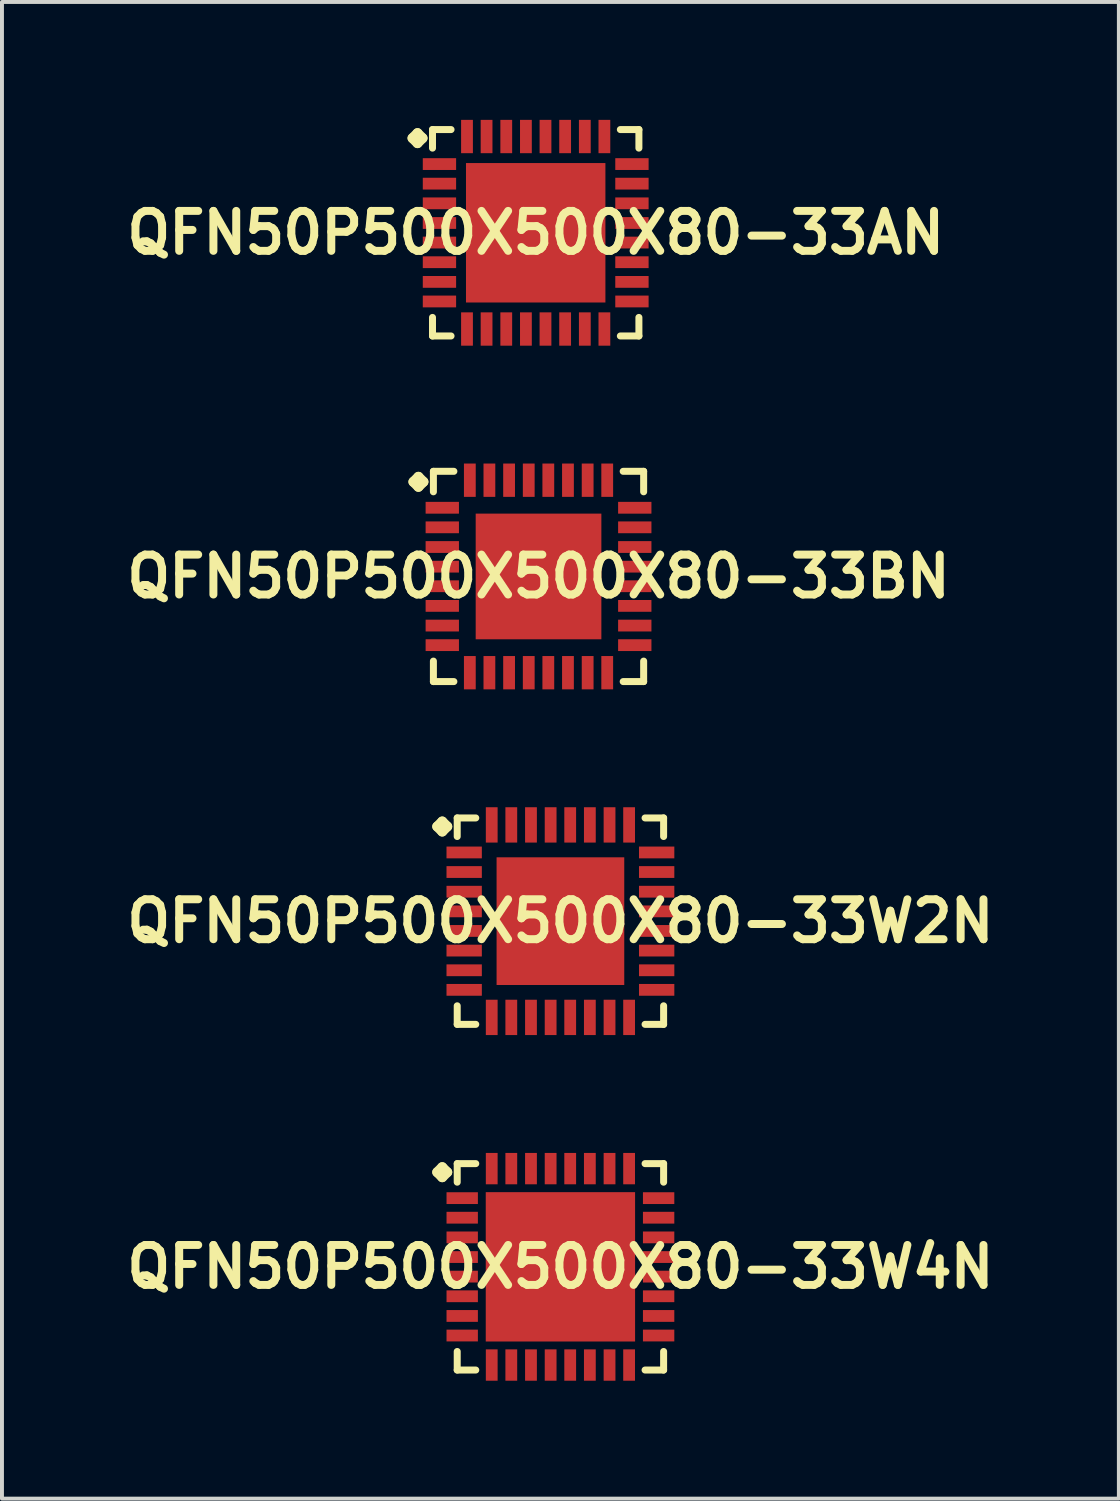
<source format=kicad_pcb>
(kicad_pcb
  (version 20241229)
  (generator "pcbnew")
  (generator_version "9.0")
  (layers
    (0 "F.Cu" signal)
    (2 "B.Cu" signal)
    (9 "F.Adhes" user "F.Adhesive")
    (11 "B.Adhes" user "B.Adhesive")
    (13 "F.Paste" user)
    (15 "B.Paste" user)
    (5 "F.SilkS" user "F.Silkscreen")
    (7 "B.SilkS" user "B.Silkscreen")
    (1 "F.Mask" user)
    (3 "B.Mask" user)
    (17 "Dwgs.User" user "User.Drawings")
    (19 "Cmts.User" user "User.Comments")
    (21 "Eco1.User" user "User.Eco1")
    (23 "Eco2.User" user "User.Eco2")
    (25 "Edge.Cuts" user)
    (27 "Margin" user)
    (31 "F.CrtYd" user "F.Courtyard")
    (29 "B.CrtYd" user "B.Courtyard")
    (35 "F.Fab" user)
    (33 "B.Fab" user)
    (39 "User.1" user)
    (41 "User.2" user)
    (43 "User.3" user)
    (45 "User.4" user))
  (footprint "QFN50P500X500X80-33BN"
    (layer "F.Cu")
    (at 10.653 11.618)
    (property "Reference" "QFN50P500X500X80-33BN" (at 0 0 0) (layer "F.SilkS") (effects (font (size 1.016 1.016) (thickness 0.203))))
    (attr smd)
    (fp_line (start -3.183 -2.408) (end -3.056 -2.535) (stroke (width 0.254) (type solid)) (layer "F.SilkS"))
    (fp_line (start -3.056 -2.535) (end -2.929 -2.408) (stroke (width 0.254) (type solid)) (layer "F.SilkS"))
    (fp_line (start -3.056 -2.281) (end -3.183 -2.408) (stroke (width 0.254) (type solid)) (layer "F.SilkS"))
    (fp_line (start -2.929 -2.408) (end -3.056 -2.281) (stroke (width 0.254) (type solid)) (layer "F.SilkS"))
    (fp_line (start -2.675 -2.675) (end -2.154 -2.675) (stroke (width 0.178) (type solid)) (layer "F.SilkS"))
    (fp_line (start -2.675 -2.154) (end -2.675 -2.675) (stroke (width 0.178) (type solid)) (layer "F.SilkS"))
    (fp_line (start -2.675 2.154) (end -2.675 2.675) (stroke (width 0.178) (type solid)) (layer "F.SilkS"))
    (fp_line (start -2.675 2.675) (end -2.154 2.675) (stroke (width 0.178) (type solid)) (layer "F.SilkS"))
    (fp_line (start 2.154 -2.675) (end 2.675 -2.675) (stroke (width 0.178) (type solid)) (layer "F.SilkS"))
    (fp_line (start 2.154 2.675) (end 2.675 2.675) (stroke (width 0.178) (type solid)) (layer "F.SilkS"))
    (fp_line (start 2.675 -2.675) (end 2.675 -2.154) (stroke (width 0.178) (type solid)) (layer "F.SilkS"))
    (fp_line (start 2.675 2.675) (end 2.675 2.154) (stroke (width 0.178) (type solid)) (layer "F.SilkS"))
    (pad "1" smd rect (at -2.449 -1.748) (size 0.848 0.3) (layers "F.Cu" "F.Mask" "F.Paste"))
    (pad "2" smd rect (at -2.449 -1.25) (size 0.848 0.3) (layers "F.Cu" "F.Mask" "F.Paste"))
    (pad "3" smd rect (at -2.449 -0.749) (size 0.848 0.3) (layers "F.Cu" "F.Mask" "F.Paste"))
    (pad "4" smd rect (at -2.449 -0.249) (size 0.848 0.3) (layers "F.Cu" "F.Mask" "F.Paste"))
    (pad "5" smd rect (at -2.449 0.249) (size 0.848 0.3) (layers "F.Cu" "F.Mask" "F.Paste"))
    (pad "6" smd rect (at -2.449 0.749) (size 0.848 0.3) (layers "F.Cu" "F.Mask" "F.Paste"))
    (pad "7" smd rect (at -2.449 1.25) (size 0.848 0.3) (layers "F.Cu" "F.Mask" "F.Paste"))
    (pad "8" smd rect (at -2.449 1.748) (size 0.848 0.3) (layers "F.Cu" "F.Mask" "F.Paste"))
    (pad "9" smd rect (at -1.748 2.449) (size 0.3 0.848) (layers "F.Cu" "F.Mask" "F.Paste"))
    (pad "10" smd rect (at -1.25 2.449) (size 0.3 0.848) (layers "F.Cu" "F.Mask" "F.Paste"))
    (pad "11" smd rect (at -0.749 2.449) (size 0.3 0.848) (layers "F.Cu" "F.Mask" "F.Paste"))
    (pad "12" smd rect (at -0.249 2.449) (size 0.3 0.848) (layers "F.Cu" "F.Mask" "F.Paste"))
    (pad "13" smd rect (at 0.249 2.449) (size 0.3 0.848) (layers "F.Cu" "F.Mask" "F.Paste"))
    (pad "14" smd rect (at 0.749 2.449) (size 0.3 0.848) (layers "F.Cu" "F.Mask" "F.Paste"))
    (pad "15" smd rect (at 1.25 2.449) (size 0.3 0.848) (layers "F.Cu" "F.Mask" "F.Paste"))
    (pad "16" smd rect (at 1.748 2.449) (size 0.3 0.848) (layers "F.Cu" "F.Mask" "F.Paste"))
    (pad "17" smd rect (at 2.449 1.748) (size 0.848 0.3) (layers "F.Cu" "F.Mask" "F.Paste"))
    (pad "18" smd rect (at 2.449 1.25) (size 0.848 0.3) (layers "F.Cu" "F.Mask" "F.Paste"))
    (pad "19" smd rect (at 2.449 0.749) (size 0.848 0.3) (layers "F.Cu" "F.Mask" "F.Paste"))
    (pad "20" smd rect (at 2.449 0.249) (size 0.848 0.3) (layers "F.Cu" "F.Mask" "F.Paste"))
    (pad "21" smd rect (at 2.449 -0.249) (size 0.848 0.3) (layers "F.Cu" "F.Mask" "F.Paste"))
    (pad "22" smd rect (at 2.449 -0.749) (size 0.848 0.3) (layers "F.Cu" "F.Mask" "F.Paste"))
    (pad "23" smd rect (at 2.449 -1.25) (size 0.848 0.3) (layers "F.Cu" "F.Mask" "F.Paste"))
    (pad "24" smd rect (at 2.449 -1.748) (size 0.848 0.3) (layers "F.Cu" "F.Mask" "F.Paste"))
    (pad "25" smd rect (at 1.748 -2.449) (size 0.3 0.848) (layers "F.Cu" "F.Mask" "F.Paste"))
    (pad "26" smd rect (at 1.25 -2.449) (size 0.3 0.848) (layers "F.Cu" "F.Mask" "F.Paste"))
    (pad "27" smd rect (at 0.749 -2.449) (size 0.3 0.848) (layers "F.Cu" "F.Mask" "F.Paste"))
    (pad "28" smd rect (at 0.249 -2.449) (size 0.3 0.848) (layers "F.Cu" "F.Mask" "F.Paste"))
    (pad "29" smd rect (at -0.249 -2.449) (size 0.3 0.848) (layers "F.Cu" "F.Mask" "F.Paste"))
    (pad "30" smd rect (at -0.749 -2.449) (size 0.3 0.848) (layers "F.Cu" "F.Mask" "F.Paste"))
    (pad "31" smd rect (at -1.25 -2.449) (size 0.3 0.848) (layers "F.Cu" "F.Mask" "F.Paste"))
    (pad "32" smd rect (at -1.748 -2.449) (size 0.3 0.848) (layers "F.Cu" "F.Mask" "F.Paste"))
    (pad "33" smd rect (at 0 0) (size 3.198 3.198) (layers "F.Cu" "F.Mask" "F.Paste")))
  (footprint "QFN50P500X500X80-33W4N"
    (layer "F.Cu")
    (at 11.21 29.185)
    (property "Reference" "QFN50P500X500X80-33W4N" (at 0 0 0) (layer "F.SilkS") (effects (font (size 1.016 1.016) (thickness 0.203))))
    (attr smd)
    (fp_line (start -3.134 -2.408) (end -3.007 -2.535) (stroke (width 0.254) (type solid)) (layer "F.SilkS"))
    (fp_line (start -3.007 -2.535) (end -2.88 -2.408) (stroke (width 0.254) (type solid)) (layer "F.SilkS"))
    (fp_line (start -3.007 -2.281) (end -3.134 -2.408) (stroke (width 0.254) (type solid)) (layer "F.SilkS"))
    (fp_line (start -2.88 -2.408) (end -3.007 -2.281) (stroke (width 0.254) (type solid)) (layer "F.SilkS"))
    (fp_line (start -2.626 -2.626) (end -2.154 -2.626) (stroke (width 0.178) (type solid)) (layer "F.SilkS"))
    (fp_line (start -2.626 -2.154) (end -2.626 -2.626) (stroke (width 0.178) (type solid)) (layer "F.SilkS"))
    (fp_line (start -2.626 2.154) (end -2.626 2.626) (stroke (width 0.178) (type solid)) (layer "F.SilkS"))
    (fp_line (start -2.626 2.626) (end -2.154 2.626) (stroke (width 0.178) (type solid)) (layer "F.SilkS"))
    (fp_line (start 2.154 -2.626) (end 2.626 -2.626) (stroke (width 0.178) (type solid)) (layer "F.SilkS"))
    (fp_line (start 2.154 2.626) (end 2.626 2.626) (stroke (width 0.178) (type solid)) (layer "F.SilkS"))
    (fp_line (start 2.626 -2.626) (end 2.626 -2.154) (stroke (width 0.178) (type solid)) (layer "F.SilkS"))
    (fp_line (start 2.626 2.626) (end 2.626 2.154) (stroke (width 0.178) (type solid)) (layer "F.SilkS"))
    (pad "1" smd rect (at -2.499 -1.748) (size 0.798 0.3) (layers "F.Cu" "F.Mask" "F.Paste"))
    (pad "2" smd rect (at -2.499 -1.25) (size 0.798 0.3) (layers "F.Cu" "F.Mask" "F.Paste"))
    (pad "3" smd rect (at -2.499 -0.749) (size 0.798 0.3) (layers "F.Cu" "F.Mask" "F.Paste"))
    (pad "4" smd rect (at -2.499 -0.249) (size 0.798 0.3) (layers "F.Cu" "F.Mask" "F.Paste"))
    (pad "5" smd rect (at -2.499 0.249) (size 0.798 0.3) (layers "F.Cu" "F.Mask" "F.Paste"))
    (pad "6" smd rect (at -2.499 0.749) (size 0.798 0.3) (layers "F.Cu" "F.Mask" "F.Paste"))
    (pad "7" smd rect (at -2.499 1.25) (size 0.798 0.3) (layers "F.Cu" "F.Mask" "F.Paste"))
    (pad "8" smd rect (at -2.499 1.748) (size 0.798 0.3) (layers "F.Cu" "F.Mask" "F.Paste"))
    (pad "9" smd rect (at -1.748 2.499) (size 0.3 0.798) (layers "F.Cu" "F.Mask" "F.Paste"))
    (pad "10" smd rect (at -1.25 2.499) (size 0.3 0.798) (layers "F.Cu" "F.Mask" "F.Paste"))
    (pad "11" smd rect (at -0.749 2.499) (size 0.3 0.798) (layers "F.Cu" "F.Mask" "F.Paste"))
    (pad "12" smd rect (at -0.249 2.499) (size 0.3 0.798) (layers "F.Cu" "F.Mask" "F.Paste"))
    (pad "13" smd rect (at 0.249 2.499) (size 0.3 0.798) (layers "F.Cu" "F.Mask" "F.Paste"))
    (pad "14" smd rect (at 0.749 2.499) (size 0.3 0.798) (layers "F.Cu" "F.Mask" "F.Paste"))
    (pad "15" smd rect (at 1.25 2.499) (size 0.3 0.798) (layers "F.Cu" "F.Mask" "F.Paste"))
    (pad "16" smd rect (at 1.748 2.499) (size 0.3 0.798) (layers "F.Cu" "F.Mask" "F.Paste"))
    (pad "17" smd rect (at 2.499 1.748) (size 0.798 0.3) (layers "F.Cu" "F.Mask" "F.Paste"))
    (pad "18" smd rect (at 2.499 1.25) (size 0.798 0.3) (layers "F.Cu" "F.Mask" "F.Paste"))
    (pad "19" smd rect (at 2.499 0.749) (size 0.798 0.3) (layers "F.Cu" "F.Mask" "F.Paste"))
    (pad "20" smd rect (at 2.499 0.249) (size 0.798 0.3) (layers "F.Cu" "F.Mask" "F.Paste"))
    (pad "21" smd rect (at 2.499 -0.249) (size 0.798 0.3) (layers "F.Cu" "F.Mask" "F.Paste"))
    (pad "22" smd rect (at 2.499 -0.749) (size 0.798 0.3) (layers "F.Cu" "F.Mask" "F.Paste"))
    (pad "23" smd rect (at 2.499 -1.25) (size 0.798 0.3) (layers "F.Cu" "F.Mask" "F.Paste"))
    (pad "24" smd rect (at 2.499 -1.748) (size 0.798 0.3) (layers "F.Cu" "F.Mask" "F.Paste"))
    (pad "25" smd rect (at 1.748 -2.499) (size 0.3 0.798) (layers "F.Cu" "F.Mask" "F.Paste"))
    (pad "26" smd rect (at 1.25 -2.499) (size 0.3 0.798) (layers "F.Cu" "F.Mask" "F.Paste"))
    (pad "27" smd rect (at 0.749 -2.499) (size 0.3 0.798) (layers "F.Cu" "F.Mask" "F.Paste"))
    (pad "28" smd rect (at 0.249 -2.499) (size 0.3 0.798) (layers "F.Cu" "F.Mask" "F.Paste"))
    (pad "29" smd rect (at -0.249 -2.499) (size 0.3 0.798) (layers "F.Cu" "F.Mask" "F.Paste"))
    (pad "30" smd rect (at -0.749 -2.499) (size 0.3 0.798) (layers "F.Cu" "F.Mask" "F.Paste"))
    (pad "31" smd rect (at -1.25 -2.499) (size 0.3 0.798) (layers "F.Cu" "F.Mask" "F.Paste"))
    (pad "32" smd rect (at -1.748 -2.499) (size 0.3 0.798) (layers "F.Cu" "F.Mask" "F.Paste"))
    (pad "33" smd rect (at 0 0) (size 3.8 3.8) (layers "F.Cu" "F.Mask" "F.Paste")))
  (footprint "QFN50P500X500X80-33W2N"
    (layer "F.Cu")
    (at 11.21 20.389)
    (property "Reference" "QFN50P500X500X80-33W2N" (at 0 0 0) (layer "F.SilkS") (effects (font (size 1.016 1.016) (thickness 0.203))))
    (attr smd)
    (fp_line (start -3.134 -2.408) (end -3.007 -2.535) (stroke (width 0.254) (type solid)) (layer "F.SilkS"))
    (fp_line (start -3.007 -2.535) (end -2.88 -2.408) (stroke (width 0.254) (type solid)) (layer "F.SilkS"))
    (fp_line (start -3.007 -2.281) (end -3.134 -2.408) (stroke (width 0.254) (type solid)) (layer "F.SilkS"))
    (fp_line (start -2.88 -2.408) (end -3.007 -2.281) (stroke (width 0.254) (type solid)) (layer "F.SilkS"))
    (fp_line (start -2.626 -2.626) (end -2.154 -2.626) (stroke (width 0.178) (type solid)) (layer "F.SilkS"))
    (fp_line (start -2.626 -2.154) (end -2.626 -2.626) (stroke (width 0.178) (type solid)) (layer "F.SilkS"))
    (fp_line (start -2.626 2.154) (end -2.626 2.626) (stroke (width 0.178) (type solid)) (layer "F.SilkS"))
    (fp_line (start -2.626 2.626) (end -2.154 2.626) (stroke (width 0.178) (type solid)) (layer "F.SilkS"))
    (fp_line (start 2.154 -2.626) (end 2.626 -2.626) (stroke (width 0.178) (type solid)) (layer "F.SilkS"))
    (fp_line (start 2.154 2.626) (end 2.626 2.626) (stroke (width 0.178) (type solid)) (layer "F.SilkS"))
    (fp_line (start 2.626 -2.626) (end 2.626 -2.154) (stroke (width 0.178) (type solid)) (layer "F.SilkS"))
    (fp_line (start 2.626 2.626) (end 2.626 2.154) (stroke (width 0.178) (type solid)) (layer "F.SilkS"))
    (pad "1" smd rect (at -2.449 -1.748) (size 0.899 0.3) (layers "F.Cu" "F.Mask" "F.Paste"))
    (pad "2" smd rect (at -2.449 -1.25) (size 0.899 0.3) (layers "F.Cu" "F.Mask" "F.Paste"))
    (pad "3" smd rect (at -2.449 -0.749) (size 0.899 0.3) (layers "F.Cu" "F.Mask" "F.Paste"))
    (pad "4" smd rect (at -2.449 -0.249) (size 0.899 0.3) (layers "F.Cu" "F.Mask" "F.Paste"))
    (pad "5" smd rect (at -2.449 0.249) (size 0.899 0.3) (layers "F.Cu" "F.Mask" "F.Paste"))
    (pad "6" smd rect (at -2.449 0.749) (size 0.899 0.3) (layers "F.Cu" "F.Mask" "F.Paste"))
    (pad "7" smd rect (at -2.449 1.25) (size 0.899 0.3) (layers "F.Cu" "F.Mask" "F.Paste"))
    (pad "8" smd rect (at -2.449 1.748) (size 0.899 0.3) (layers "F.Cu" "F.Mask" "F.Paste"))
    (pad "9" smd rect (at -1.748 2.449) (size 0.3 0.899) (layers "F.Cu" "F.Mask" "F.Paste"))
    (pad "10" smd rect (at -1.25 2.449) (size 0.3 0.899) (layers "F.Cu" "F.Mask" "F.Paste"))
    (pad "11" smd rect (at -0.749 2.449) (size 0.3 0.899) (layers "F.Cu" "F.Mask" "F.Paste"))
    (pad "12" smd rect (at -0.249 2.449) (size 0.3 0.899) (layers "F.Cu" "F.Mask" "F.Paste"))
    (pad "13" smd rect (at 0.249 2.449) (size 0.3 0.899) (layers "F.Cu" "F.Mask" "F.Paste"))
    (pad "14" smd rect (at 0.749 2.449) (size 0.3 0.899) (layers "F.Cu" "F.Mask" "F.Paste"))
    (pad "15" smd rect (at 1.25 2.449) (size 0.3 0.899) (layers "F.Cu" "F.Mask" "F.Paste"))
    (pad "16" smd rect (at 1.748 2.449) (size 0.3 0.899) (layers "F.Cu" "F.Mask" "F.Paste"))
    (pad "17" smd rect (at 2.449 1.748) (size 0.899 0.3) (layers "F.Cu" "F.Mask" "F.Paste"))
    (pad "18" smd rect (at 2.449 1.25) (size 0.899 0.3) (layers "F.Cu" "F.Mask" "F.Paste"))
    (pad "19" smd rect (at 2.449 0.749) (size 0.899 0.3) (layers "F.Cu" "F.Mask" "F.Paste"))
    (pad "20" smd rect (at 2.449 0.249) (size 0.899 0.3) (layers "F.Cu" "F.Mask" "F.Paste"))
    (pad "21" smd rect (at 2.449 -0.249) (size 0.899 0.3) (layers "F.Cu" "F.Mask" "F.Paste"))
    (pad "22" smd rect (at 2.449 -0.749) (size 0.899 0.3) (layers "F.Cu" "F.Mask" "F.Paste"))
    (pad "23" smd rect (at 2.449 -1.25) (size 0.899 0.3) (layers "F.Cu" "F.Mask" "F.Paste"))
    (pad "24" smd rect (at 2.449 -1.748) (size 0.899 0.3) (layers "F.Cu" "F.Mask" "F.Paste"))
    (pad "25" smd rect (at 1.748 -2.449) (size 0.3 0.899) (layers "F.Cu" "F.Mask" "F.Paste"))
    (pad "26" smd rect (at 1.25 -2.449) (size 0.3 0.899) (layers "F.Cu" "F.Mask" "F.Paste"))
    (pad "27" smd rect (at 0.749 -2.449) (size 0.3 0.899) (layers "F.Cu" "F.Mask" "F.Paste"))
    (pad "28" smd rect (at 0.249 -2.449) (size 0.3 0.899) (layers "F.Cu" "F.Mask" "F.Paste"))
    (pad "29" smd rect (at -0.249 -2.449) (size 0.3 0.899) (layers "F.Cu" "F.Mask" "F.Paste"))
    (pad "30" smd rect (at -0.749 -2.449) (size 0.3 0.899) (layers "F.Cu" "F.Mask" "F.Paste"))
    (pad "31" smd rect (at -1.25 -2.449) (size 0.3 0.899) (layers "F.Cu" "F.Mask" "F.Paste"))
    (pad "32" smd rect (at -1.748 -2.449) (size 0.3 0.899) (layers "F.Cu" "F.Mask" "F.Paste"))
    (pad "33" smd rect (at 0 0) (size 3.249 3.249) (layers "F.Cu" "F.Mask" "F.Paste")))
  (footprint "QFN50P500X500X80-33AN"
    (layer "F.Cu")
    (at 10.581 2.873)
    (property "Reference" "QFN50P500X500X80-33AN" (at 0 0 0) (layer "F.SilkS") (effects (font (size 1.016 1.016) (thickness 0.203))))
    (attr smd)
    (fp_line (start -3.134 -2.408) (end -3.007 -2.535) (stroke (width 0.254) (type solid)) (layer "F.SilkS"))
    (fp_line (start -3.007 -2.535) (end -2.88 -2.408) (stroke (width 0.254) (type solid)) (layer "F.SilkS"))
    (fp_line (start -3.007 -2.281) (end -3.134 -2.408) (stroke (width 0.254) (type solid)) (layer "F.SilkS"))
    (fp_line (start -2.88 -2.408) (end -3.007 -2.281) (stroke (width 0.254) (type solid)) (layer "F.SilkS"))
    (fp_line (start -2.626 -2.626) (end -2.154 -2.626) (stroke (width 0.178) (type solid)) (layer "F.SilkS"))
    (fp_line (start -2.626 -2.154) (end -2.626 -2.626) (stroke (width 0.178) (type solid)) (layer "F.SilkS"))
    (fp_line (start -2.626 2.154) (end -2.626 2.626) (stroke (width 0.178) (type solid)) (layer "F.SilkS"))
    (fp_line (start -2.626 2.626) (end -2.154 2.626) (stroke (width 0.178) (type solid)) (layer "F.SilkS"))
    (fp_line (start 2.154 -2.626) (end 2.626 -2.626) (stroke (width 0.178) (type solid)) (layer "F.SilkS"))
    (fp_line (start 2.154 2.626) (end 2.626 2.626) (stroke (width 0.178) (type solid)) (layer "F.SilkS"))
    (fp_line (start 2.626 -2.626) (end 2.626 -2.154) (stroke (width 0.178) (type solid)) (layer "F.SilkS"))
    (fp_line (start 2.626 2.626) (end 2.626 2.154) (stroke (width 0.178) (type solid)) (layer "F.SilkS"))
    (pad "1" smd rect (at -2.449 -1.748) (size 0.848 0.3) (layers "F.Cu" "F.Mask" "F.Paste"))
    (pad "2" smd rect (at -2.449 -1.25) (size 0.848 0.3) (layers "F.Cu" "F.Mask" "F.Paste"))
    (pad "3" smd rect (at -2.449 -0.749) (size 0.848 0.3) (layers "F.Cu" "F.Mask" "F.Paste"))
    (pad "4" smd rect (at -2.449 -0.249) (size 0.848 0.3) (layers "F.Cu" "F.Mask" "F.Paste"))
    (pad "5" smd rect (at -2.449 0.249) (size 0.848 0.3) (layers "F.Cu" "F.Mask" "F.Paste"))
    (pad "6" smd rect (at -2.449 0.749) (size 0.848 0.3) (layers "F.Cu" "F.Mask" "F.Paste"))
    (pad "7" smd rect (at -2.449 1.25) (size 0.848 0.3) (layers "F.Cu" "F.Mask" "F.Paste"))
    (pad "8" smd rect (at -2.449 1.748) (size 0.848 0.3) (layers "F.Cu" "F.Mask" "F.Paste"))
    (pad "9" smd rect (at -1.748 2.449) (size 0.3 0.848) (layers "F.Cu" "F.Mask" "F.Paste"))
    (pad "10" smd rect (at -1.25 2.449) (size 0.3 0.848) (layers "F.Cu" "F.Mask" "F.Paste"))
    (pad "11" smd rect (at -0.749 2.449) (size 0.3 0.848) (layers "F.Cu" "F.Mask" "F.Paste"))
    (pad "12" smd rect (at -0.249 2.449) (size 0.3 0.848) (layers "F.Cu" "F.Mask" "F.Paste"))
    (pad "13" smd rect (at 0.249 2.449) (size 0.3 0.848) (layers "F.Cu" "F.Mask" "F.Paste"))
    (pad "14" smd rect (at 0.749 2.449) (size 0.3 0.848) (layers "F.Cu" "F.Mask" "F.Paste"))
    (pad "15" smd rect (at 1.25 2.449) (size 0.3 0.848) (layers "F.Cu" "F.Mask" "F.Paste"))
    (pad "16" smd rect (at 1.748 2.449) (size 0.3 0.848) (layers "F.Cu" "F.Mask" "F.Paste"))
    (pad "17" smd rect (at 2.449 1.748) (size 0.848 0.3) (layers "F.Cu" "F.Mask" "F.Paste"))
    (pad "18" smd rect (at 2.449 1.25) (size 0.848 0.3) (layers "F.Cu" "F.Mask" "F.Paste"))
    (pad "19" smd rect (at 2.449 0.749) (size 0.848 0.3) (layers "F.Cu" "F.Mask" "F.Paste"))
    (pad "20" smd rect (at 2.449 0.249) (size 0.848 0.3) (layers "F.Cu" "F.Mask" "F.Paste"))
    (pad "21" smd rect (at 2.449 -0.249) (size 0.848 0.3) (layers "F.Cu" "F.Mask" "F.Paste"))
    (pad "22" smd rect (at 2.449 -0.749) (size 0.848 0.3) (layers "F.Cu" "F.Mask" "F.Paste"))
    (pad "23" smd rect (at 2.449 -1.25) (size 0.848 0.3) (layers "F.Cu" "F.Mask" "F.Paste"))
    (pad "24" smd rect (at 2.449 -1.748) (size 0.848 0.3) (layers "F.Cu" "F.Mask" "F.Paste"))
    (pad "25" smd rect (at 1.748 -2.449) (size 0.3 0.848) (layers "F.Cu" "F.Mask" "F.Paste"))
    (pad "26" smd rect (at 1.25 -2.449) (size 0.3 0.848) (layers "F.Cu" "F.Mask" "F.Paste"))
    (pad "27" smd rect (at 0.749 -2.449) (size 0.3 0.848) (layers "F.Cu" "F.Mask" "F.Paste"))
    (pad "28" smd rect (at 0.249 -2.449) (size 0.3 0.848) (layers "F.Cu" "F.Mask" "F.Paste"))
    (pad "29" smd rect (at -0.249 -2.449) (size 0.3 0.848) (layers "F.Cu" "F.Mask" "F.Paste"))
    (pad "30" smd rect (at -0.749 -2.449) (size 0.3 0.848) (layers "F.Cu" "F.Mask" "F.Paste"))
    (pad "31" smd rect (at -1.25 -2.449) (size 0.3 0.848) (layers "F.Cu" "F.Mask" "F.Paste"))
    (pad "32" smd rect (at -1.748 -2.449) (size 0.3 0.848) (layers "F.Cu" "F.Mask" "F.Paste"))
    (pad "33" smd rect (at 0 0) (size 3.548 3.548) (layers "F.Cu" "F.Mask" "F.Paste")))
  (gr_rect
    (start -3 -3)
    (end 25.42 35.084)
    (stroke (width 0.1) (type default))
    (fill no)
    (layer "Edge.Cuts")))
</source>
